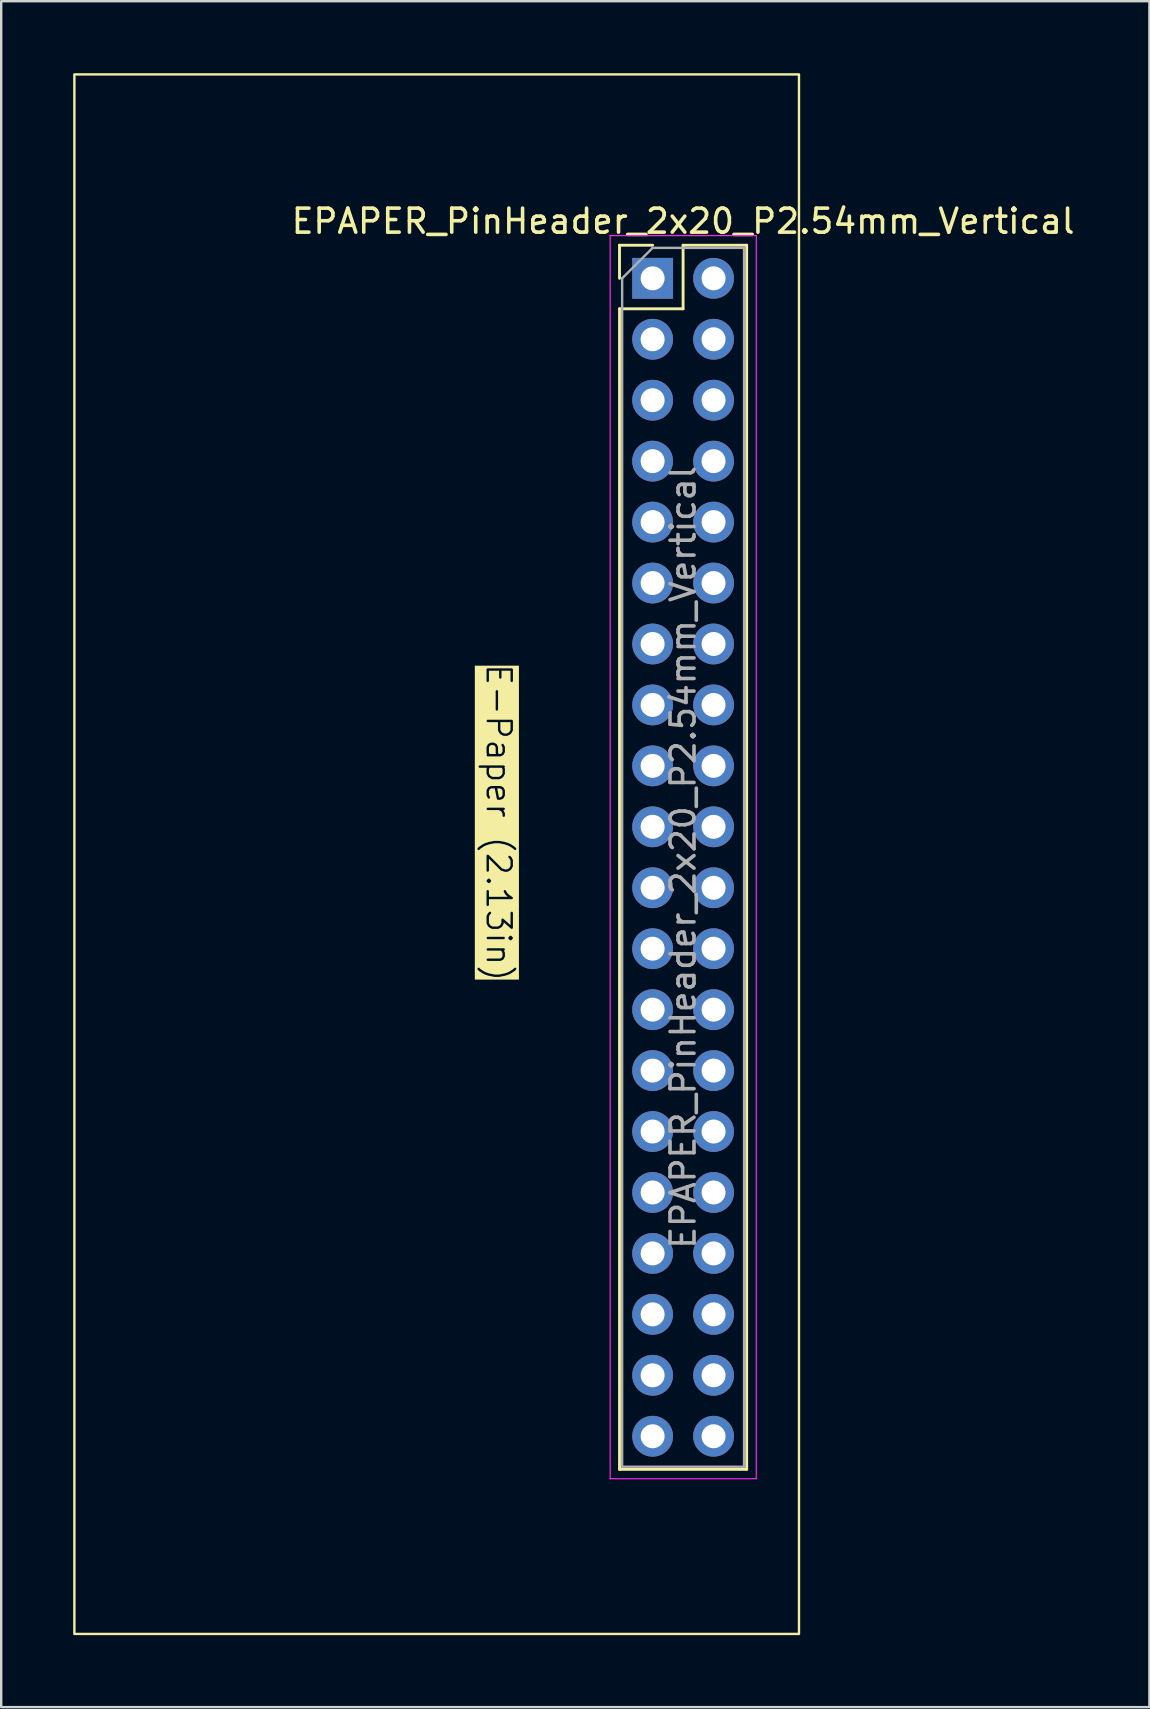
<source format=kicad_pcb>
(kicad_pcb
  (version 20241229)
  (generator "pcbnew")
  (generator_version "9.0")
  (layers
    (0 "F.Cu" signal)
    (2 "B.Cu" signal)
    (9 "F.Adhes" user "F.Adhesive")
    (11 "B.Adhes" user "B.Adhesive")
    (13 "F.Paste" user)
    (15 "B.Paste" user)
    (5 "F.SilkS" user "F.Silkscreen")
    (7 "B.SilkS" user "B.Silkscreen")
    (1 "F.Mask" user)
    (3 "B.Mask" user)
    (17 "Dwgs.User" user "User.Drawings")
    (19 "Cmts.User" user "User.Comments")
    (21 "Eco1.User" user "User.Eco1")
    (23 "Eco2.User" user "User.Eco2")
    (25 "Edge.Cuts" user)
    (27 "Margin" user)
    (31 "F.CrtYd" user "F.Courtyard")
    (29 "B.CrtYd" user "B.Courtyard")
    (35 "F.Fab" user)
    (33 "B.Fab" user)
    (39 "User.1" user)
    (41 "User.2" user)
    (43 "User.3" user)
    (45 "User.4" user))
  (footprint "EPAPER_PinHeader_2x20_P2.54mm_Vertical"
    (layer "F.Cu")
    (at 24.15 8.55)
    (property "Reference" "EPAPER_PinHeader_2x20_P2.54mm_Vertical" (at 1.27 -2.38 0) (layer "F.SilkS") (effects (font (size 1 1) (thickness 0.15))))
    (attr through_hole)
    (fp_line (start -1.38 -1.38) (end 0 -1.38) (stroke (width 0.12) (type solid)) (layer "F.SilkS"))
    (fp_line (start -1.38 0) (end -1.38 -1.38) (stroke (width 0.12) (type solid)) (layer "F.SilkS"))
    (fp_line (start -1.38 1.27) (end -1.38 49.64) (stroke (width 0.12) (type solid)) (layer "F.SilkS"))
    (fp_line (start -1.38 1.27) (end 1.27 1.27) (stroke (width 0.12) (type solid)) (layer "F.SilkS"))
    (fp_line (start -1.38 49.64) (end 3.92 49.64) (stroke (width 0.12) (type solid)) (layer "F.SilkS"))
    (fp_line (start 1.27 -1.38) (end 3.92 -1.38) (stroke (width 0.12) (type solid)) (layer "F.SilkS"))
    (fp_line (start 1.27 1.27) (end 1.27 -1.38) (stroke (width 0.12) (type solid)) (layer "F.SilkS"))
    (fp_line (start 3.92 -1.38) (end 3.92 49.64) (stroke (width 0.12) (type solid)) (layer "F.SilkS"))
    (fp_rect (start -24.1 -8.5) (end 6.1 56.5) (stroke (width 0.1) (type solid)) (fill no) (layer "F.SilkS"))
    (fp_line (start -1.77 -1.78) (end -1.77 50.03) (stroke (width 0.05) (type solid)) (layer "F.CrtYd"))
    (fp_line (start -1.77 50.03) (end 4.32 50.03) (stroke (width 0.05) (type solid)) (layer "F.CrtYd"))
    (fp_line (start 4.32 -1.78) (end -1.77 -1.78) (stroke (width 0.05) (type solid)) (layer "F.CrtYd"))
    (fp_line (start 4.32 50.03) (end 4.32 -1.78) (stroke (width 0.05) (type solid)) (layer "F.CrtYd"))
    (fp_line (start -1.27 0) (end 0 -1.27) (stroke (width 0.1) (type solid)) (layer "F.Fab"))
    (fp_line (start -1.27 49.53) (end -1.27 0) (stroke (width 0.1) (type solid)) (layer "F.Fab"))
    (fp_line (start 0 -1.27) (end 3.81 -1.27) (stroke (width 0.1) (type solid)) (layer "F.Fab"))
    (fp_line (start 3.81 -1.27) (end 3.81 49.53) (stroke (width 0.1) (type solid)) (layer "F.Fab"))
    (fp_line (start 3.81 49.53) (end -1.27 49.53) (stroke (width 0.1) (type solid)) (layer "F.Fab"))
    (fp_text user "E-Paper (2.13in)" (at -7 16 270) (unlocked yes) (layer "F.SilkS" knockout) (effects (font (size 1 1) (thickness 0.1)) (justify left bottom)))
    (fp_text user "${REFERENCE}" (at 1.27 24.13 90) (layer "F.Fab") (effects (font (size 1 1) (thickness 0.15))))
    (pad "1" thru_hole rect (at 0 0) (size 1.7 1.7) (drill 1) (layers "*.Cu" "*.Mask"))
    (pad "2" thru_hole circle (at 2.54 0) (size 1.7 1.7) (drill 1) (layers "*.Cu" "*.Mask"))
    (pad "3" thru_hole circle (at 0 2.54) (size 1.7 1.7) (drill 1) (layers "*.Cu" "*.Mask"))
    (pad "4" thru_hole circle (at 2.54 2.54) (size 1.7 1.7) (drill 1) (layers "*.Cu" "*.Mask"))
    (pad "5" thru_hole circle (at 0 5.08) (size 1.7 1.7) (drill 1) (layers "*.Cu" "*.Mask"))
    (pad "6" thru_hole circle (at 2.54 5.08) (size 1.7 1.7) (drill 1) (layers "*.Cu" "*.Mask"))
    (pad "7" thru_hole circle (at 0 7.62) (size 1.7 1.7) (drill 1) (layers "*.Cu" "*.Mask"))
    (pad "8" thru_hole circle (at 2.54 7.62) (size 1.7 1.7) (drill 1) (layers "*.Cu" "*.Mask"))
    (pad "9" thru_hole circle (at 0 10.16) (size 1.7 1.7) (drill 1) (layers "*.Cu" "*.Mask"))
    (pad "10" thru_hole circle (at 2.54 10.16) (size 1.7 1.7) (drill 1) (layers "*.Cu" "*.Mask"))
    (pad "11" thru_hole circle (at 0 12.7) (size 1.7 1.7) (drill 1) (layers "*.Cu" "*.Mask"))
    (pad "12" thru_hole circle (at 2.54 12.7) (size 1.7 1.7) (drill 1) (layers "*.Cu" "*.Mask"))
    (pad "13" thru_hole circle (at 0 15.24) (size 1.7 1.7) (drill 1) (layers "*.Cu" "*.Mask"))
    (pad "14" thru_hole circle (at 2.54 15.24) (size 1.7 1.7) (drill 1) (layers "*.Cu" "*.Mask"))
    (pad "15" thru_hole circle (at 0 17.78) (size 1.7 1.7) (drill 1) (layers "*.Cu" "*.Mask"))
    (pad "16" thru_hole circle (at 2.54 17.78) (size 1.7 1.7) (drill 1) (layers "*.Cu" "*.Mask"))
    (pad "17" thru_hole circle (at 0 20.32) (size 1.7 1.7) (drill 1) (layers "*.Cu" "*.Mask"))
    (pad "18" thru_hole circle (at 2.54 20.32) (size 1.7 1.7) (drill 1) (layers "*.Cu" "*.Mask"))
    (pad "19" thru_hole circle (at 0 22.86) (size 1.7 1.7) (drill 1) (layers "*.Cu" "*.Mask"))
    (pad "20" thru_hole circle (at 2.54 22.86) (size 1.7 1.7) (drill 1) (layers "*.Cu" "*.Mask"))
    (pad "21" thru_hole circle (at 0 25.4) (size 1.7 1.7) (drill 1) (layers "*.Cu" "*.Mask"))
    (pad "22" thru_hole circle (at 2.54 25.4) (size 1.7 1.7) (drill 1) (layers "*.Cu" "*.Mask"))
    (pad "23" thru_hole circle (at 0 27.94) (size 1.7 1.7) (drill 1) (layers "*.Cu" "*.Mask"))
    (pad "24" thru_hole circle (at 2.54 27.94) (size 1.7 1.7) (drill 1) (layers "*.Cu" "*.Mask"))
    (pad "25" thru_hole circle (at 0 30.48) (size 1.7 1.7) (drill 1) (layers "*.Cu" "*.Mask"))
    (pad "26" thru_hole circle (at 2.54 30.48) (size 1.7 1.7) (drill 1) (layers "*.Cu" "*.Mask"))
    (pad "27" thru_hole circle (at 0 33.02) (size 1.7 1.7) (drill 1) (layers "*.Cu" "*.Mask"))
    (pad "28" thru_hole circle (at 2.54 33.02) (size 1.7 1.7) (drill 1) (layers "*.Cu" "*.Mask"))
    (pad "29" thru_hole circle (at 0 35.56) (size 1.7 1.7) (drill 1) (layers "*.Cu" "*.Mask"))
    (pad "30" thru_hole circle (at 2.54 35.56) (size 1.7 1.7) (drill 1) (layers "*.Cu" "*.Mask"))
    (pad "31" thru_hole circle (at 0 38.1) (size 1.7 1.7) (drill 1) (layers "*.Cu" "*.Mask"))
    (pad "32" thru_hole circle (at 2.54 38.1) (size 1.7 1.7) (drill 1) (layers "*.Cu" "*.Mask"))
    (pad "33" thru_hole circle (at 0 40.64) (size 1.7 1.7) (drill 1) (layers "*.Cu" "*.Mask"))
    (pad "34" thru_hole circle (at 2.54 40.64) (size 1.7 1.7) (drill 1) (layers "*.Cu" "*.Mask"))
    (pad "35" thru_hole circle (at 0 43.18) (size 1.7 1.7) (drill 1) (layers "*.Cu" "*.Mask"))
    (pad "36" thru_hole circle (at 2.54 43.18) (size 1.7 1.7) (drill 1) (layers "*.Cu" "*.Mask"))
    (pad "37" thru_hole circle (at 0 45.72) (size 1.7 1.7) (drill 1) (layers "*.Cu" "*.Mask"))
    (pad "38" thru_hole circle (at 2.54 45.72) (size 1.7 1.7) (drill 1) (layers "*.Cu" "*.Mask"))
    (pad "39" thru_hole circle (at 0 48.26) (size 1.7 1.7) (drill 1) (layers "*.Cu" "*.Mask"))
    (pad "40" thru_hole circle (at 2.54 48.26) (size 1.7 1.7) (drill 1) (layers "*.Cu" "*.Mask")))
  (gr_rect
    (start -3 -3)
    (end 44.855 68.1)
    (stroke (width 0.1) (type default))
    (fill no)
    (layer "Edge.Cuts")))
</source>
